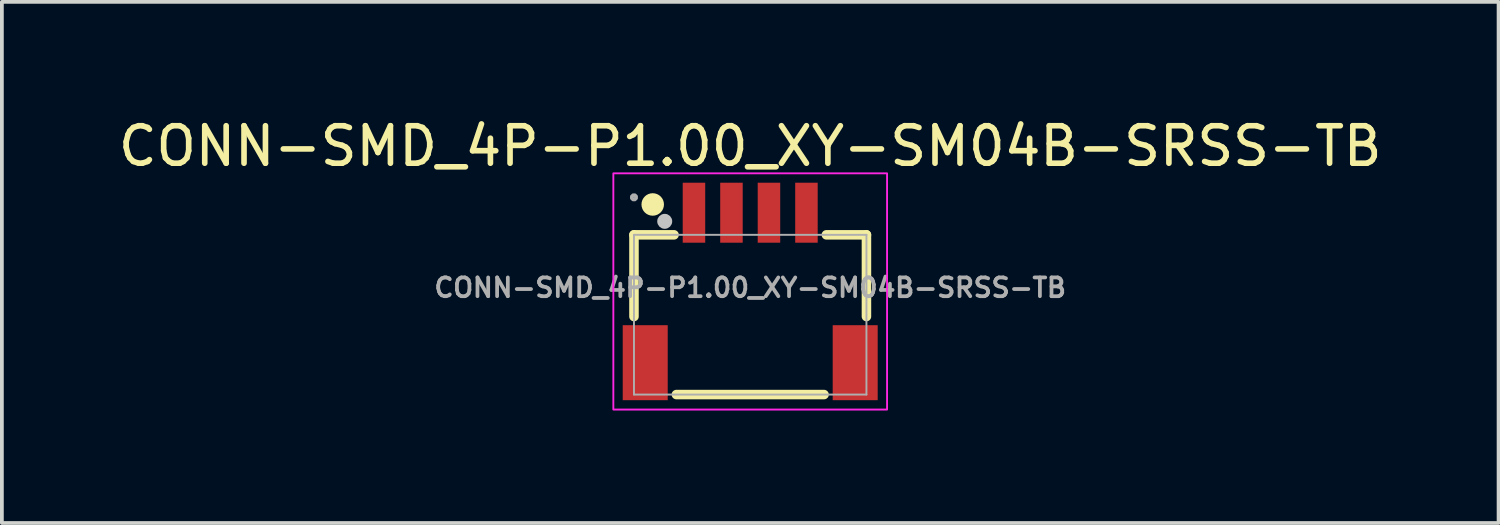
<source format=kicad_pcb>
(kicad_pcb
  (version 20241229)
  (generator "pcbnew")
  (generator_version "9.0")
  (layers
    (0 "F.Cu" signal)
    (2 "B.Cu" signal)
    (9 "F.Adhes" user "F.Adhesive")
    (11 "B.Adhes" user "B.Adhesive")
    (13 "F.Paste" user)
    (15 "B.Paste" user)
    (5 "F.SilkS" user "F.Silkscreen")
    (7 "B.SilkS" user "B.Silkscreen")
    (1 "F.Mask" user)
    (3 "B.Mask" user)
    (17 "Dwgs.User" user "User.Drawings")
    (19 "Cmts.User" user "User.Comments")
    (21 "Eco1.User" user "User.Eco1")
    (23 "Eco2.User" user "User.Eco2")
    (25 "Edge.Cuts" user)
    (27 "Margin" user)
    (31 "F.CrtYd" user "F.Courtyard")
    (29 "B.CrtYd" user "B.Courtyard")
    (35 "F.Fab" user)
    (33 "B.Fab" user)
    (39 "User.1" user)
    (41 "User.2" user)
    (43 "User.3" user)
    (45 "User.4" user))
  (footprint "CONN-SMD_4P-P1.00_XY-SM04B-SRSS-TB"
    (layer "F.Cu")
    (at 16.958 4.623)
    (property "Reference" "CONN-SMD_4P-P1.00_XY-SM04B-SRSS-TB" (at 0 -3.775 0) (layer "F.SilkS") (effects (font (size 1 1) (thickness 0.15))))
    (fp_line (start -3.1 -1.41) (end -3.1 0.769) (stroke (width 0.254) (type default)) (layer "F.SilkS"))
    (fp_line (start -2.031 -1.41) (end -3.1 -1.41) (stroke (width 0.254) (type default)) (layer "F.SilkS"))
    (fp_line (start -1.969 2.85) (end 1.969 2.85) (stroke (width 0.254) (type default)) (layer "F.SilkS"))
    (fp_line (start 3.1 -1.41) (end 2.031 -1.41) (stroke (width 0.254) (type default)) (layer "F.SilkS"))
    (fp_line (start 3.1 -1.41) (end 3.1 0.769) (stroke (width 0.254) (type default)) (layer "F.SilkS"))
    (fp_circle (center -2.6 -2.22) (end -2.45 -2.22) (stroke (width 0.3) (type default)) (fill no) (layer "F.SilkS"))
    (fp_circle (center -2.28 -1.77) (end -2.18 -1.77) (stroke (width 0.2) (type default)) (fill no) (layer "Dwgs.User"))
    (fp_rect (start -3.65 -3.05) (end 3.65 3.25) (stroke (width 0.05) (type default)) (fill no) (layer "F.CrtYd"))
    (fp_line (start -3.1 -1.41) (end 3.1 -1.41) (stroke (width 0.051) (type default)) (layer "F.Fab"))
    (fp_line (start -3.1 2.85) (end -3.1 -1.41) (stroke (width 0.051) (type default)) (layer "F.Fab"))
    (fp_line (start 3.1 -1.41) (end 3.1 2.85) (stroke (width 0.051) (type default)) (layer "F.Fab"))
    (fp_line (start 3.1 2.85) (end -3.1 2.85) (stroke (width 0.051) (type default)) (layer "F.Fab"))
    (fp_poly (pts (xy -3.045 -2.433) (xy -3.077 -2.465) (xy -3.123 -2.465) (xy -3.155 -2.433) (xy -3.155 -2.387) (xy -3.123 -2.355) (xy -3.077 -2.355) (xy -3.045 -2.387)) (stroke (width 0.1) (type default)) (fill no) (layer "F.Fab"))
    (fp_poly (pts (xy -2.9 1.25) (xy -2.7 1.25) (xy -2.7 2.75) (xy -2.9 2.75)) (stroke (width 0.1) (type default)) (fill no) (layer "User.1"))
    (fp_poly (pts (xy -1.6 -2.41) (xy -1.4 -2.41) (xy -1.4 -1.66) (xy -1.6 -1.66)) (stroke (width 0.1) (type default)) (fill no) (layer "User.1"))
    (fp_poly (pts (xy -1.6 -1.669) (xy -1.4 -1.669) (xy -1.4 -1.4) (xy -1.6 -1.4)) (stroke (width 0.1) (type default)) (fill no) (layer "User.1"))
    (fp_poly (pts (xy -0.6 -2.41) (xy -0.4 -2.41) (xy -0.4 -1.66) (xy -0.6 -1.66)) (stroke (width 0.1) (type default)) (fill no) (layer "User.1"))
    (fp_poly (pts (xy -0.6 -1.669) (xy -0.4 -1.669) (xy -0.4 -1.4) (xy -0.6 -1.4)) (stroke (width 0.1) (type default)) (fill no) (layer "User.1"))
    (fp_poly (pts (xy 0.4 -2.41) (xy 0.6 -2.41) (xy 0.6 -1.66) (xy 0.4 -1.66)) (stroke (width 0.1) (type default)) (fill no) (layer "User.1"))
    (fp_poly (pts (xy 0.4 -1.669) (xy 0.6 -1.669) (xy 0.6 -1.4) (xy 0.4 -1.4)) (stroke (width 0.1) (type default)) (fill no) (layer "User.1"))
    (fp_poly (pts (xy 1.4 -2.41) (xy 1.6 -2.41) (xy 1.6 -1.66) (xy 1.4 -1.66)) (stroke (width 0.1) (type default)) (fill no) (layer "User.1"))
    (fp_poly (pts (xy 1.4 -1.669) (xy 1.6 -1.669) (xy 1.6 -1.4) (xy 1.4 -1.4)) (stroke (width 0.1) (type default)) (fill no) (layer "User.1"))
    (fp_poly (pts (xy 2.7 1.25) (xy 2.9 1.25) (xy 2.9 2.75) (xy 2.7 2.75)) (stroke (width 0.1) (type default)) (fill no) (layer "User.1"))
    (fp_text user "${REFERENCE}" (at 0 0 0) (layer "F.Fab") (effects (font (size 0.5 0.5) (thickness 0.1))))
    (pad "1" smd rect (at -1.5 -2) (size 0.6 1.6) (layers "F.Cu" "F.Mask" "F.Paste"))
    (pad "2" smd rect (at -0.5 -2) (size 0.6 1.6) (layers "F.Cu" "F.Mask" "F.Paste"))
    (pad "3" smd rect (at 0.5 -2) (size 0.6 1.6) (layers "F.Cu" "F.Mask" "F.Paste"))
    (pad "4" smd rect (at 1.5 -2) (size 0.6 1.6) (layers "F.Cu" "F.Mask" "F.Paste"))
    (pad "5" smd rect (at 2.8 2) (size 1.2 2) (layers "F.Cu" "F.Mask" "F.Paste"))
    (pad "6" smd rect (at -2.8 2) (size 1.2 2) (layers "F.Cu" "F.Mask" "F.Paste")))
  (gr_rect
    (start -3 -3)
    (end 36.917 10.898)
    (stroke (width 0.1) (type default))
    (fill no)
    (layer "Edge.Cuts")))
</source>
